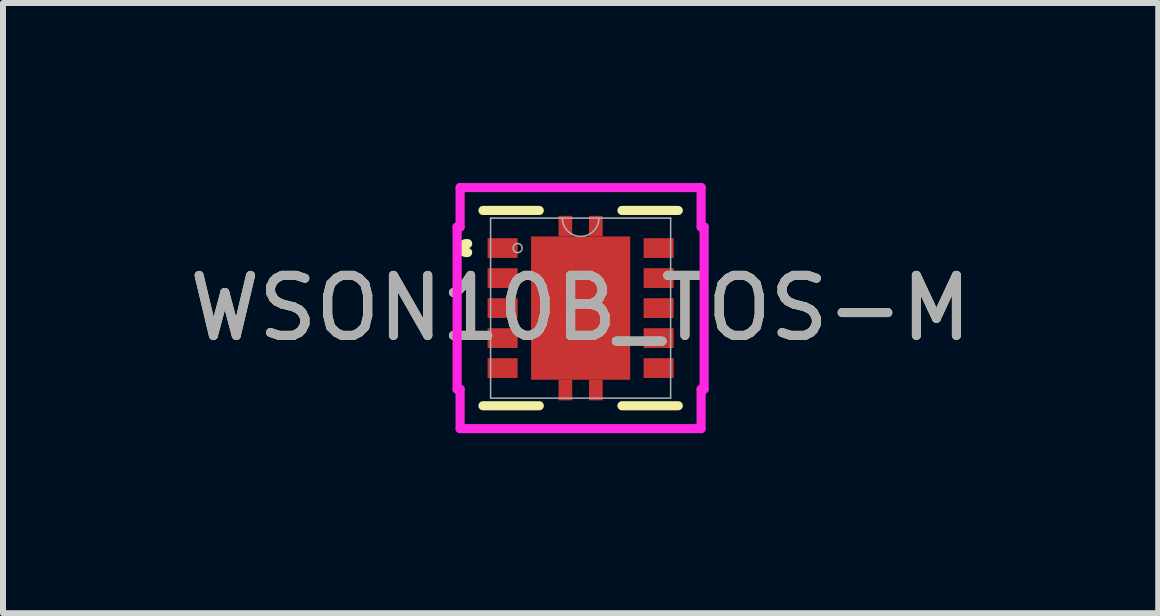
<source format=kicad_pcb>
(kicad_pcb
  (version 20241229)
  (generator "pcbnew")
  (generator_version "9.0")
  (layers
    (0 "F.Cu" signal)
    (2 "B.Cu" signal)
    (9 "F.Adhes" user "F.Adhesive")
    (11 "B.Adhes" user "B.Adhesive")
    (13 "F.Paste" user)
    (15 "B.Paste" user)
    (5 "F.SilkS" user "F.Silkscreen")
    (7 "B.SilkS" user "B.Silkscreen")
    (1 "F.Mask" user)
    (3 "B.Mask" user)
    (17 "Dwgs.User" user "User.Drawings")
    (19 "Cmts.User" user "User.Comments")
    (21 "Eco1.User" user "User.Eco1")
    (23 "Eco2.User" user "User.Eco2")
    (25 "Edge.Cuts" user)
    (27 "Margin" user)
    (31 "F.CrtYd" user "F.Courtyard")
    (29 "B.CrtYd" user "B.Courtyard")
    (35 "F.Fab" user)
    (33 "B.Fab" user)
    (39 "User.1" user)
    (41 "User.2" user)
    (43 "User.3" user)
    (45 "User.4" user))
  (footprint "WSON10B_TOS-M"
    (layer "F.Cu")
    (at 6.625 2.084)
    (property "Reference" "WSON10B_TOS-M" (at 0 0 0) (unlocked yes) (layer "F.SilkS") (effects (font (size 1 1) (thickness 0.15))))
    (attr smd)
    (fp_poly (pts (xy -0.368 -1.194) (xy -0.368 -1.537) (xy -0.14 -1.537) (xy -0.14 -1.194)) (stroke (width 0) (type solid)) (fill yes) (layer "F.Cu"))
    (fp_poly (pts (xy -0.368 1.194) (xy -0.368 1.537) (xy -0.14 1.537) (xy -0.14 1.194)) (stroke (width 0) (type solid)) (fill yes) (layer "F.Cu"))
    (fp_poly (pts (xy 0.368 -1.194) (xy 0.368 -1.537) (xy 0.14 -1.537) (xy 0.14 -1.194)) (stroke (width 0) (type solid)) (fill yes) (layer "F.Cu"))
    (fp_poly (pts (xy 0.368 1.194) (xy 0.368 1.537) (xy 0.14 1.537) (xy 0.14 1.194)) (stroke (width 0) (type solid)) (fill yes) (layer "F.Cu"))
    (fp_poly (pts (xy -0.368 -1.194) (xy -0.368 -1.537) (xy -0.14 -1.537) (xy -0.14 -1.194)) (stroke (width 0) (type solid)) (fill yes) (layer "F.Mask"))
    (fp_poly (pts (xy -0.368 1.194) (xy -0.368 1.537) (xy -0.14 1.537) (xy -0.14 1.194)) (stroke (width 0) (type solid)) (fill yes) (layer "F.Mask"))
    (fp_poly (pts (xy 0.368 -1.194) (xy 0.368 -1.537) (xy 0.14 -1.537) (xy 0.14 -1.194)) (stroke (width 0) (type solid)) (fill yes) (layer "F.Mask"))
    (fp_poly (pts (xy 0.368 1.194) (xy 0.368 1.537) (xy 0.14 1.537) (xy 0.14 1.194)) (stroke (width 0) (type solid)) (fill yes) (layer "F.Mask"))
    (fp_line (start -1.627 1.627) (end -0.689 1.627) (stroke (width 0.152) (type solid)) (layer "F.SilkS"))
    (fp_line (start -0.689 -1.627) (end -1.627 -1.627) (stroke (width 0.152) (type solid)) (layer "F.SilkS"))
    (fp_line (start 0.689 1.627) (end 1.627 1.627) (stroke (width 0.152) (type solid)) (layer "F.SilkS"))
    (fp_line (start 1.627 -1.627) (end 0.689 -1.627) (stroke (width 0.152) (type solid)) (layer "F.SilkS"))
    (fp_arc (start -1.882737 -0.926171) (mid -1.977797 -1) (end -1.882737 -1.073829) (stroke (width 0.1524) (type solid)) (layer "F.SilkS"))
    (fp_poly (pts (xy -0.368 -1.194) (xy -0.368 -1.537) (xy -0.14 -1.537) (xy -0.14 -1.194)) (stroke (width 0) (type solid)) (fill yes) (layer "F.Paste"))
    (fp_poly (pts (xy -0.368 1.194) (xy -0.368 1.537) (xy -0.14 1.537) (xy -0.14 1.194)) (stroke (width 0) (type solid)) (fill yes) (layer "F.Paste"))
    (fp_poly (pts (xy 0.368 -1.194) (xy 0.368 -1.537) (xy 0.14 -1.537) (xy 0.14 -1.194)) (stroke (width 0) (type solid)) (fill yes) (layer "F.Paste"))
    (fp_poly (pts (xy 0.368 1.194) (xy 0.368 1.537) (xy 0.14 1.537) (xy 0.14 1.194)) (stroke (width 0) (type solid)) (fill yes) (layer "F.Paste"))
    (fp_line (start -2.058 -1.352) (end -2.008 -1.352) (stroke (width 0.152) (type solid)) (layer "F.CrtYd"))
    (fp_line (start -2.058 1.352) (end -2.058 -1.352) (stroke (width 0.152) (type solid)) (layer "F.CrtYd"))
    (fp_line (start -2.058 1.352) (end -2.008 1.352) (stroke (width 0.152) (type solid)) (layer "F.CrtYd"))
    (fp_line (start -2.008 -2.008) (end 2.008 -2.008) (stroke (width 0.152) (type solid)) (layer "F.CrtYd"))
    (fp_line (start -2.008 -1.352) (end -2.008 -2.008) (stroke (width 0.152) (type solid)) (layer "F.CrtYd"))
    (fp_line (start -2.008 2.008) (end -2.008 1.352) (stroke (width 0.152) (type solid)) (layer "F.CrtYd"))
    (fp_line (start 2.008 -2.008) (end 2.008 -1.352) (stroke (width 0.152) (type solid)) (layer "F.CrtYd"))
    (fp_line (start 2.008 1.352) (end 2.008 2.008) (stroke (width 0.152) (type solid)) (layer "F.CrtYd"))
    (fp_line (start 2.008 2.008) (end -2.008 2.008) (stroke (width 0.152) (type solid)) (layer "F.CrtYd"))
    (fp_line (start 2.058 -1.352) (end 2.008 -1.352) (stroke (width 0.152) (type solid)) (layer "F.CrtYd"))
    (fp_line (start 2.058 -1.352) (end 2.058 1.352) (stroke (width 0.152) (type solid)) (layer "F.CrtYd"))
    (fp_line (start 2.058 1.352) (end 2.008 1.352) (stroke (width 0.152) (type solid)) (layer "F.CrtYd"))
    (fp_line (start -1.5 -1.5) (end -1.5 1.5) (stroke (width 0.025) (type solid)) (layer "F.Fab"))
    (fp_line (start -1.5 1.5) (end 1.5 1.5) (stroke (width 0.025) (type solid)) (layer "F.Fab"))
    (fp_line (start 1.5 -1.5) (end -1.5 -1.5) (stroke (width 0.025) (type solid)) (layer "F.Fab"))
    (fp_line (start 1.5 1.5) (end 1.5 -1.5) (stroke (width 0.025) (type solid)) (layer "F.Fab"))
    (fp_arc (start 0.3048 -1.499997) (mid 0 -1.195197) (end -0.3048 -1.499997) (stroke (width 0.0254) (type solid)) (layer "F.Fab"))
    (fp_circle (center -1.05 -1) (end -0.974 -1) (stroke (width 0.025) (type solid)) (fill no) (layer "F.Fab"))
    (fp_text user "${REFERENCE}" (at 0 0 0) (unlocked yes) (layer "F.Fab") (effects (font (size 1 1) (thickness 0.15))))
    (pad "1" smd rect (at -1.3 -1) (size 0.5 0.329) (layers "F.Cu" "F.Mask" "F.Paste"))
    (pad "2" smd rect (at -1.3 -0.5) (size 0.5 0.329) (layers "F.Cu" "F.Mask" "F.Paste"))
    (pad "3" smd rect (at -1.3 0) (size 0.5 0.329) (layers "F.Cu" "F.Mask" "F.Paste"))
    (pad "4" smd rect (at -1.3 0.5) (size 0.5 0.329) (layers "F.Cu" "F.Mask" "F.Paste"))
    (pad "5" smd rect (at -1.3 1) (size 0.5 0.329) (layers "F.Cu" "F.Mask" "F.Paste"))
    (pad "6" smd rect (at 1.3 1) (size 0.5 0.329) (layers "F.Cu" "F.Mask" "F.Paste"))
    (pad "7" smd rect (at 1.3 0.5) (size 0.5 0.329) (layers "F.Cu" "F.Mask" "F.Paste"))
    (pad "8" smd rect (at 1.3 0) (size 0.5 0.329) (layers "F.Cu" "F.Mask" "F.Paste"))
    (pad "9" smd rect (at 1.3 -0.5) (size 0.5 0.329) (layers "F.Cu" "F.Mask" "F.Paste"))
    (pad "10" smd rect (at 1.3 -1) (size 0.5 0.329) (layers "F.Cu" "F.Mask" "F.Paste"))
    (pad "11" smd rect (at 0 0) (size 1.651 2.388) (layers "F.Cu" "F.Mask" "F.Paste")))
  (gr_rect
    (start -3 -3)
    (end 16.25 7.168)
    (stroke (width 0.1) (type default))
    (fill no)
    (layer "Edge.Cuts")))
</source>
